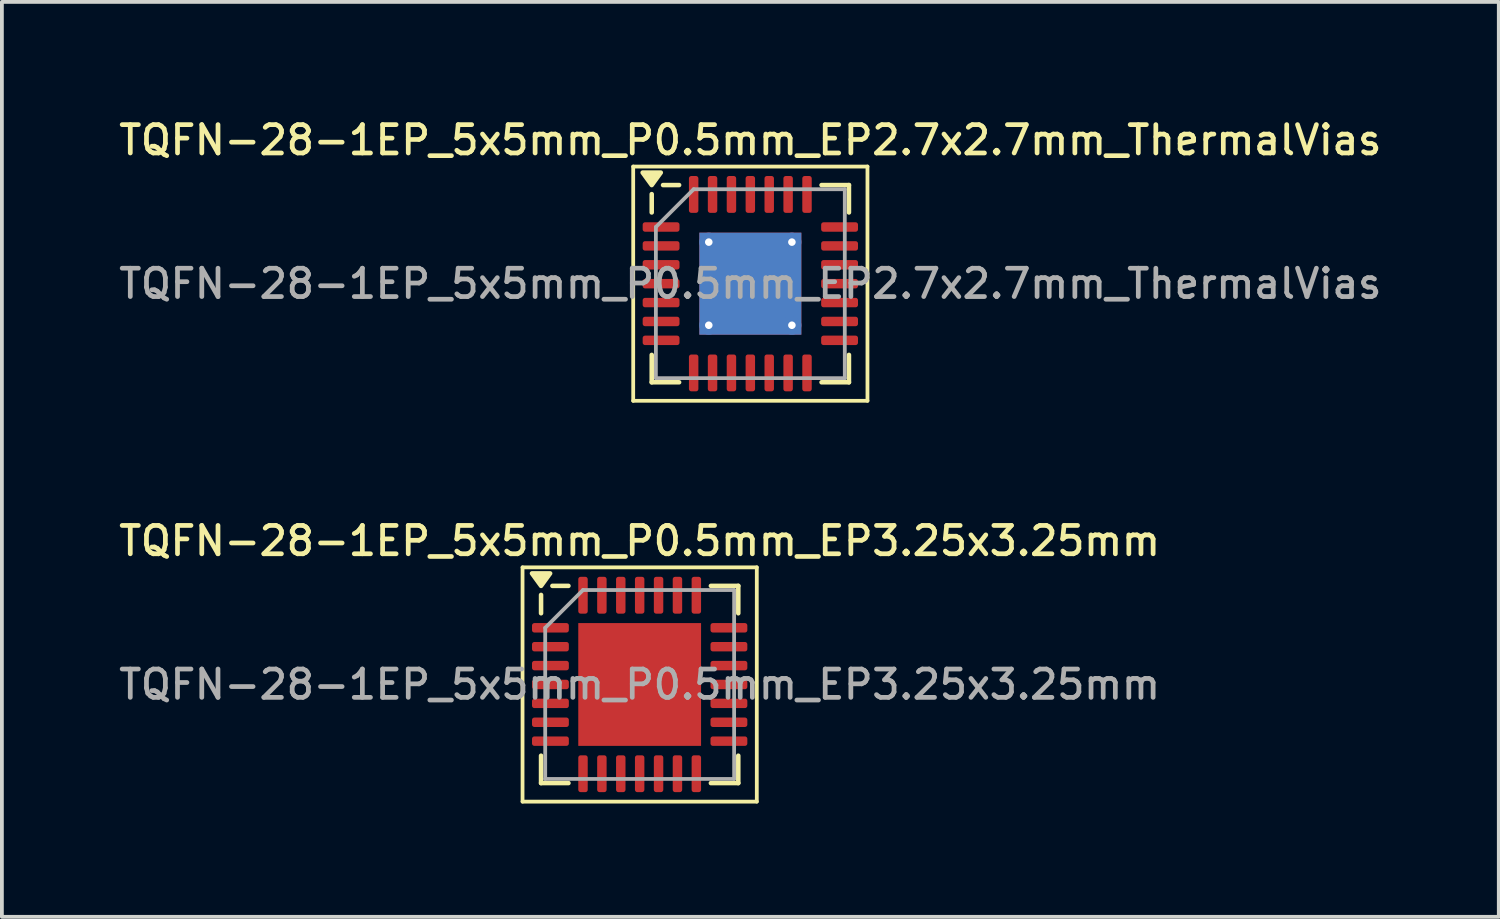
<source format=kicad_pcb>
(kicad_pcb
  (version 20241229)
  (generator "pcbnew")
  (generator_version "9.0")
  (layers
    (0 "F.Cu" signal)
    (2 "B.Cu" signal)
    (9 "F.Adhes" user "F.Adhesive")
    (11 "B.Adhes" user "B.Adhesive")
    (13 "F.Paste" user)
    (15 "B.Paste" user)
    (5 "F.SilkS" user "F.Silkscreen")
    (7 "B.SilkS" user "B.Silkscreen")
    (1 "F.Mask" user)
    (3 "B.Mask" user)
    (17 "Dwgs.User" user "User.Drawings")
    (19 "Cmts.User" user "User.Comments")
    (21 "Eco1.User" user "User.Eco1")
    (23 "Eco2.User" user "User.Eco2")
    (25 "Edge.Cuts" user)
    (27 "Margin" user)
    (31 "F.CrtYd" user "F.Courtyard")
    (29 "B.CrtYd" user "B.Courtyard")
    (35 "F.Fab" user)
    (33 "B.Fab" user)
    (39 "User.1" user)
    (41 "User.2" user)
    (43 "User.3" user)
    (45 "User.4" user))
  (footprint "TQFN-28-1EP_5x5mm_P0.5mm_EP2.7x2.7mm_ThermalVias"
    (layer "F.Cu")
    (at 16.809 4.458)
    (property "Reference" "TQFN-28-1EP_5x5mm_P0.5mm_EP2.7x2.7mm_ThermalVias" (at 0 -3.8 0) (layer "F.SilkS") (effects (font (size 0.75 0.75) (thickness 0.125))))
    (attr smd)
    (fp_line (start -3.1 -3.1) (end -3.1 3.1) (stroke (width 0.1) (type solid)) (layer "F.SilkS"))
    (fp_line (start -3.1 3.1) (end 3.1 3.1) (stroke (width 0.1) (type solid)) (layer "F.SilkS"))
    (fp_line (start -2.61 -1.885) (end -2.61 -2.37) (stroke (width 0.12) (type solid)) (layer "F.SilkS"))
    (fp_line (start -2.61 2.61) (end -2.61 1.885) (stroke (width 0.12) (type solid)) (layer "F.SilkS"))
    (fp_line (start -1.885 -2.61) (end -2.31 -2.61) (stroke (width 0.12) (type solid)) (layer "F.SilkS"))
    (fp_line (start -1.885 2.61) (end -2.61 2.61) (stroke (width 0.12) (type solid)) (layer "F.SilkS"))
    (fp_line (start 1.885 -2.61) (end 2.61 -2.61) (stroke (width 0.12) (type solid)) (layer "F.SilkS"))
    (fp_line (start 1.885 2.61) (end 2.61 2.61) (stroke (width 0.12) (type solid)) (layer "F.SilkS"))
    (fp_line (start 2.61 -2.61) (end 2.61 -1.885) (stroke (width 0.12) (type solid)) (layer "F.SilkS"))
    (fp_line (start 2.61 2.61) (end 2.61 1.885) (stroke (width 0.12) (type solid)) (layer "F.SilkS"))
    (fp_line (start 3.1 -3.1) (end -3.1 -3.1) (stroke (width 0.1) (type solid)) (layer "F.SilkS"))
    (fp_line (start 3.1 3.1) (end 3.1 -3.1) (stroke (width 0.1) (type solid)) (layer "F.SilkS"))
    (fp_poly (pts (xy -2.61 -2.61) (xy -2.85 -2.94) (xy -2.37 -2.94) (xy -2.61 -2.61)) (stroke (width 0.12) (type solid)) (fill yes) (layer "F.SilkS"))
    (fp_line (start -2.5 -1.5) (end -1.5 -2.5) (stroke (width 0.1) (type solid)) (layer "F.Fab"))
    (fp_line (start -2.5 2.5) (end -2.5 -1.5) (stroke (width 0.1) (type solid)) (layer "F.Fab"))
    (fp_line (start -1.5 -2.5) (end 2.5 -2.5) (stroke (width 0.1) (type solid)) (layer "F.Fab"))
    (fp_line (start 2.5 -2.5) (end 2.5 2.5) (stroke (width 0.1) (type solid)) (layer "F.Fab"))
    (fp_line (start 2.5 2.5) (end -2.5 2.5) (stroke (width 0.1) (type solid)) (layer "F.Fab"))
    (fp_text user "${REFERENCE}" (at 0 0 0) (layer "F.Fab") (effects (font (size 0.75 0.75) (thickness 0.125))))
    (pad "" smd roundrect (at -0.675 -0.675) (size 1.17 1.17) (layers "F.Paste") (roundrect_rratio 0.214))
    (pad "" smd roundrect (at -0.675 0.675) (size 1.17 1.17) (layers "F.Paste") (roundrect_rratio 0.214))
    (pad "" smd roundrect (at 0.675 -0.675) (size 1.17 1.17) (layers "F.Paste") (roundrect_rratio 0.214))
    (pad "" smd roundrect (at 0.675 0.675) (size 1.17 1.17) (layers "F.Paste") (roundrect_rratio 0.214))
    (pad "1" smd roundrect (at -2.362 -1.5) (size 0.975 0.25) (layers "F.Cu" "F.Mask" "F.Paste") (roundrect_rratio 0.25))
    (pad "2" smd roundrect (at -2.362 -1) (size 0.975 0.25) (layers "F.Cu" "F.Mask" "F.Paste") (roundrect_rratio 0.25))
    (pad "3" smd roundrect (at -2.362 -0.5) (size 0.975 0.25) (layers "F.Cu" "F.Mask" "F.Paste") (roundrect_rratio 0.25))
    (pad "4" smd roundrect (at -2.362 0) (size 0.975 0.25) (layers "F.Cu" "F.Mask" "F.Paste") (roundrect_rratio 0.25))
    (pad "5" smd roundrect (at -2.362 0.5) (size 0.975 0.25) (layers "F.Cu" "F.Mask" "F.Paste") (roundrect_rratio 0.25))
    (pad "6" smd roundrect (at -2.362 1) (size 0.975 0.25) (layers "F.Cu" "F.Mask" "F.Paste") (roundrect_rratio 0.25))
    (pad "7" smd roundrect (at -2.362 1.5) (size 0.975 0.25) (layers "F.Cu" "F.Mask" "F.Paste") (roundrect_rratio 0.25))
    (pad "8" smd roundrect (at -1.5 2.362) (size 0.25 0.975) (layers "F.Cu" "F.Mask" "F.Paste") (roundrect_rratio 0.25))
    (pad "9" smd roundrect (at -1 2.362) (size 0.25 0.975) (layers "F.Cu" "F.Mask" "F.Paste") (roundrect_rratio 0.25))
    (pad "10" smd roundrect (at -0.5 2.362) (size 0.25 0.975) (layers "F.Cu" "F.Mask" "F.Paste") (roundrect_rratio 0.25))
    (pad "11" smd roundrect (at 0 2.362) (size 0.25 0.975) (layers "F.Cu" "F.Mask" "F.Paste") (roundrect_rratio 0.25))
    (pad "12" smd roundrect (at 0.5 2.362) (size 0.25 0.975) (layers "F.Cu" "F.Mask" "F.Paste") (roundrect_rratio 0.25))
    (pad "13" smd roundrect (at 1 2.362) (size 0.25 0.975) (layers "F.Cu" "F.Mask" "F.Paste") (roundrect_rratio 0.25))
    (pad "14" smd roundrect (at 1.5 2.362) (size 0.25 0.975) (layers "F.Cu" "F.Mask" "F.Paste") (roundrect_rratio 0.25))
    (pad "15" smd roundrect (at 2.362 1.5) (size 0.975 0.25) (layers "F.Cu" "F.Mask" "F.Paste") (roundrect_rratio 0.25))
    (pad "16" smd roundrect (at 2.362 1) (size 0.975 0.25) (layers "F.Cu" "F.Mask" "F.Paste") (roundrect_rratio 0.25))
    (pad "17" smd roundrect (at 2.362 0.5) (size 0.975 0.25) (layers "F.Cu" "F.Mask" "F.Paste") (roundrect_rratio 0.25))
    (pad "18" smd roundrect (at 2.362 0) (size 0.975 0.25) (layers "F.Cu" "F.Mask" "F.Paste") (roundrect_rratio 0.25))
    (pad "19" smd roundrect (at 2.362 -0.5) (size 0.975 0.25) (layers "F.Cu" "F.Mask" "F.Paste") (roundrect_rratio 0.25))
    (pad "20" smd roundrect (at 2.362 -1) (size 0.975 0.25) (layers "F.Cu" "F.Mask" "F.Paste") (roundrect_rratio 0.25))
    (pad "21" smd roundrect (at 2.362 -1.5) (size 0.975 0.25) (layers "F.Cu" "F.Mask" "F.Paste") (roundrect_rratio 0.25))
    (pad "22" smd roundrect (at 1.5 -2.362) (size 0.25 0.975) (layers "F.Cu" "F.Mask" "F.Paste") (roundrect_rratio 0.25))
    (pad "23" smd roundrect (at 1 -2.362) (size 0.25 0.975) (layers "F.Cu" "F.Mask" "F.Paste") (roundrect_rratio 0.25))
    (pad "24" smd roundrect (at 0.5 -2.362) (size 0.25 0.975) (layers "F.Cu" "F.Mask" "F.Paste") (roundrect_rratio 0.25))
    (pad "25" smd roundrect (at 0 -2.362) (size 0.25 0.975) (layers "F.Cu" "F.Mask" "F.Paste") (roundrect_rratio 0.25))
    (pad "26" smd roundrect (at -0.5 -2.362) (size 0.25 0.975) (layers "F.Cu" "F.Mask" "F.Paste") (roundrect_rratio 0.25))
    (pad "27" smd roundrect (at -1 -2.362) (size 0.25 0.975) (layers "F.Cu" "F.Mask" "F.Paste") (roundrect_rratio 0.25))
    (pad "28" smd roundrect (at -1.5 -2.362) (size 0.25 0.975) (layers "F.Cu" "F.Mask" "F.Paste") (roundrect_rratio 0.25))
    (pad "29" thru_hole circle (at -1.1 -1.1) (size 0.5 0.5) (drill 0.2) (property pad_prop_heatsink) (layers "*.Cu"))
    (pad "29" thru_hole circle (at -1.1 1.1) (size 0.5 0.5) (drill 0.2) (property pad_prop_heatsink) (layers "*.Cu"))
    (pad "29" smd rect (at 0 0) (size 2.7 2.7) (property pad_prop_heatsink) (layers "F.Cu" "F.Mask"))
    (pad "29" smd rect (at 0 0) (size 2.7 2.7) (property pad_prop_heatsink) (layers "B.Cu"))
    (pad "29" thru_hole circle (at 1.1 -1.1) (size 0.5 0.5) (drill 0.2) (property pad_prop_heatsink) (layers "*.Cu"))
    (pad "29" thru_hole circle (at 1.1 1.1) (size 0.5 0.5) (drill 0.2) (property pad_prop_heatsink) (layers "*.Cu")))
  (footprint "TQFN-28-1EP_5x5mm_P0.5mm_EP3.25x3.25mm"
    (layer "F.Cu")
    (at 13.88 15.066)
    (property "Reference" "TQFN-28-1EP_5x5mm_P0.5mm_EP3.25x3.25mm" (at 0 -3.8 0) (layer "F.SilkS") (effects (font (size 0.75 0.75) (thickness 0.125))))
    (attr smd)
    (fp_line (start -3.1 -3.1) (end -3.1 3.1) (stroke (width 0.1) (type solid)) (layer "F.SilkS"))
    (fp_line (start -3.1 3.1) (end 3.1 3.1) (stroke (width 0.1) (type solid)) (layer "F.SilkS"))
    (fp_line (start -2.61 -1.885) (end -2.61 -2.37) (stroke (width 0.12) (type solid)) (layer "F.SilkS"))
    (fp_line (start -2.61 2.61) (end -2.61 1.885) (stroke (width 0.12) (type solid)) (layer "F.SilkS"))
    (fp_line (start -1.885 -2.61) (end -2.31 -2.61) (stroke (width 0.12) (type solid)) (layer "F.SilkS"))
    (fp_line (start -1.885 2.61) (end -2.61 2.61) (stroke (width 0.12) (type solid)) (layer "F.SilkS"))
    (fp_line (start 1.885 -2.61) (end 2.61 -2.61) (stroke (width 0.12) (type solid)) (layer "F.SilkS"))
    (fp_line (start 1.885 2.61) (end 2.61 2.61) (stroke (width 0.12) (type solid)) (layer "F.SilkS"))
    (fp_line (start 2.61 -2.61) (end 2.61 -1.885) (stroke (width 0.12) (type solid)) (layer "F.SilkS"))
    (fp_line (start 2.61 2.61) (end 2.61 1.885) (stroke (width 0.12) (type solid)) (layer "F.SilkS"))
    (fp_line (start 3.1 -3.1) (end -3.1 -3.1) (stroke (width 0.1) (type solid)) (layer "F.SilkS"))
    (fp_line (start 3.1 3.1) (end 3.1 -3.1) (stroke (width 0.1) (type solid)) (layer "F.SilkS"))
    (fp_poly (pts (xy -2.61 -2.61) (xy -2.85 -2.94) (xy -2.37 -2.94) (xy -2.61 -2.61)) (stroke (width 0.12) (type solid)) (fill yes) (layer "F.SilkS"))
    (fp_line (start -2.5 -1.5) (end -1.5 -2.5) (stroke (width 0.1) (type solid)) (layer "F.Fab"))
    (fp_line (start -2.5 2.5) (end -2.5 -1.5) (stroke (width 0.1) (type solid)) (layer "F.Fab"))
    (fp_line (start -1.5 -2.5) (end 2.5 -2.5) (stroke (width 0.1) (type solid)) (layer "F.Fab"))
    (fp_line (start 2.5 -2.5) (end 2.5 2.5) (stroke (width 0.1) (type solid)) (layer "F.Fab"))
    (fp_line (start 2.5 2.5) (end -2.5 2.5) (stroke (width 0.1) (type solid)) (layer "F.Fab"))
    (fp_text user "${REFERENCE}" (at 0 0 0) (layer "F.Fab") (effects (font (size 0.75 0.75) (thickness 0.125))))
    (pad "" smd roundrect (at -0.81 -0.81) (size 1.31 1.31) (layers "F.Paste") (roundrect_rratio 0.191))
    (pad "" smd roundrect (at -0.81 0.81) (size 1.31 1.31) (layers "F.Paste") (roundrect_rratio 0.191))
    (pad "" smd roundrect (at 0.81 -0.81) (size 1.31 1.31) (layers "F.Paste") (roundrect_rratio 0.191))
    (pad "" smd roundrect (at 0.81 0.81) (size 1.31 1.31) (layers "F.Paste") (roundrect_rratio 0.191))
    (pad "1" smd roundrect (at -2.362 -1.5) (size 0.975 0.25) (layers "F.Cu" "F.Mask" "F.Paste") (roundrect_rratio 0.25))
    (pad "2" smd roundrect (at -2.362 -1) (size 0.975 0.25) (layers "F.Cu" "F.Mask" "F.Paste") (roundrect_rratio 0.25))
    (pad "3" smd roundrect (at -2.362 -0.5) (size 0.975 0.25) (layers "F.Cu" "F.Mask" "F.Paste") (roundrect_rratio 0.25))
    (pad "4" smd roundrect (at -2.362 0) (size 0.975 0.25) (layers "F.Cu" "F.Mask" "F.Paste") (roundrect_rratio 0.25))
    (pad "5" smd roundrect (at -2.362 0.5) (size 0.975 0.25) (layers "F.Cu" "F.Mask" "F.Paste") (roundrect_rratio 0.25))
    (pad "6" smd roundrect (at -2.362 1) (size 0.975 0.25) (layers "F.Cu" "F.Mask" "F.Paste") (roundrect_rratio 0.25))
    (pad "7" smd roundrect (at -2.362 1.5) (size 0.975 0.25) (layers "F.Cu" "F.Mask" "F.Paste") (roundrect_rratio 0.25))
    (pad "8" smd roundrect (at -1.5 2.362) (size 0.25 0.975) (layers "F.Cu" "F.Mask" "F.Paste") (roundrect_rratio 0.25))
    (pad "9" smd roundrect (at -1 2.362) (size 0.25 0.975) (layers "F.Cu" "F.Mask" "F.Paste") (roundrect_rratio 0.25))
    (pad "10" smd roundrect (at -0.5 2.362) (size 0.25 0.975) (layers "F.Cu" "F.Mask" "F.Paste") (roundrect_rratio 0.25))
    (pad "11" smd roundrect (at 0 2.362) (size 0.25 0.975) (layers "F.Cu" "F.Mask" "F.Paste") (roundrect_rratio 0.25))
    (pad "12" smd roundrect (at 0.5 2.362) (size 0.25 0.975) (layers "F.Cu" "F.Mask" "F.Paste") (roundrect_rratio 0.25))
    (pad "13" smd roundrect (at 1 2.362) (size 0.25 0.975) (layers "F.Cu" "F.Mask" "F.Paste") (roundrect_rratio 0.25))
    (pad "14" smd roundrect (at 1.5 2.362) (size 0.25 0.975) (layers "F.Cu" "F.Mask" "F.Paste") (roundrect_rratio 0.25))
    (pad "15" smd roundrect (at 2.362 1.5) (size 0.975 0.25) (layers "F.Cu" "F.Mask" "F.Paste") (roundrect_rratio 0.25))
    (pad "16" smd roundrect (at 2.362 1) (size 0.975 0.25) (layers "F.Cu" "F.Mask" "F.Paste") (roundrect_rratio 0.25))
    (pad "17" smd roundrect (at 2.362 0.5) (size 0.975 0.25) (layers "F.Cu" "F.Mask" "F.Paste") (roundrect_rratio 0.25))
    (pad "18" smd roundrect (at 2.362 0) (size 0.975 0.25) (layers "F.Cu" "F.Mask" "F.Paste") (roundrect_rratio 0.25))
    (pad "19" smd roundrect (at 2.362 -0.5) (size 0.975 0.25) (layers "F.Cu" "F.Mask" "F.Paste") (roundrect_rratio 0.25))
    (pad "20" smd roundrect (at 2.362 -1) (size 0.975 0.25) (layers "F.Cu" "F.Mask" "F.Paste") (roundrect_rratio 0.25))
    (pad "21" smd roundrect (at 2.362 -1.5) (size 0.975 0.25) (layers "F.Cu" "F.Mask" "F.Paste") (roundrect_rratio 0.25))
    (pad "22" smd roundrect (at 1.5 -2.362) (size 0.25 0.975) (layers "F.Cu" "F.Mask" "F.Paste") (roundrect_rratio 0.25))
    (pad "23" smd roundrect (at 1 -2.362) (size 0.25 0.975) (layers "F.Cu" "F.Mask" "F.Paste") (roundrect_rratio 0.25))
    (pad "24" smd roundrect (at 0.5 -2.362) (size 0.25 0.975) (layers "F.Cu" "F.Mask" "F.Paste") (roundrect_rratio 0.25))
    (pad "25" smd roundrect (at 0 -2.362) (size 0.25 0.975) (layers "F.Cu" "F.Mask" "F.Paste") (roundrect_rratio 0.25))
    (pad "26" smd roundrect (at -0.5 -2.362) (size 0.25 0.975) (layers "F.Cu" "F.Mask" "F.Paste") (roundrect_rratio 0.25))
    (pad "27" smd roundrect (at -1 -2.362) (size 0.25 0.975) (layers "F.Cu" "F.Mask" "F.Paste") (roundrect_rratio 0.25))
    (pad "28" smd roundrect (at -1.5 -2.362) (size 0.25 0.975) (layers "F.Cu" "F.Mask" "F.Paste") (roundrect_rratio 0.25))
    (pad "29" smd rect (at 0 0) (size 3.25 3.25) (property pad_prop_heatsink) (layers "F.Cu" "F.Mask")))
  (gr_rect
    (start -3 -3)
    (end 36.618 21.216)
    (stroke (width 0.1) (type default))
    (fill no)
    (layer "Edge.Cuts")))
</source>
